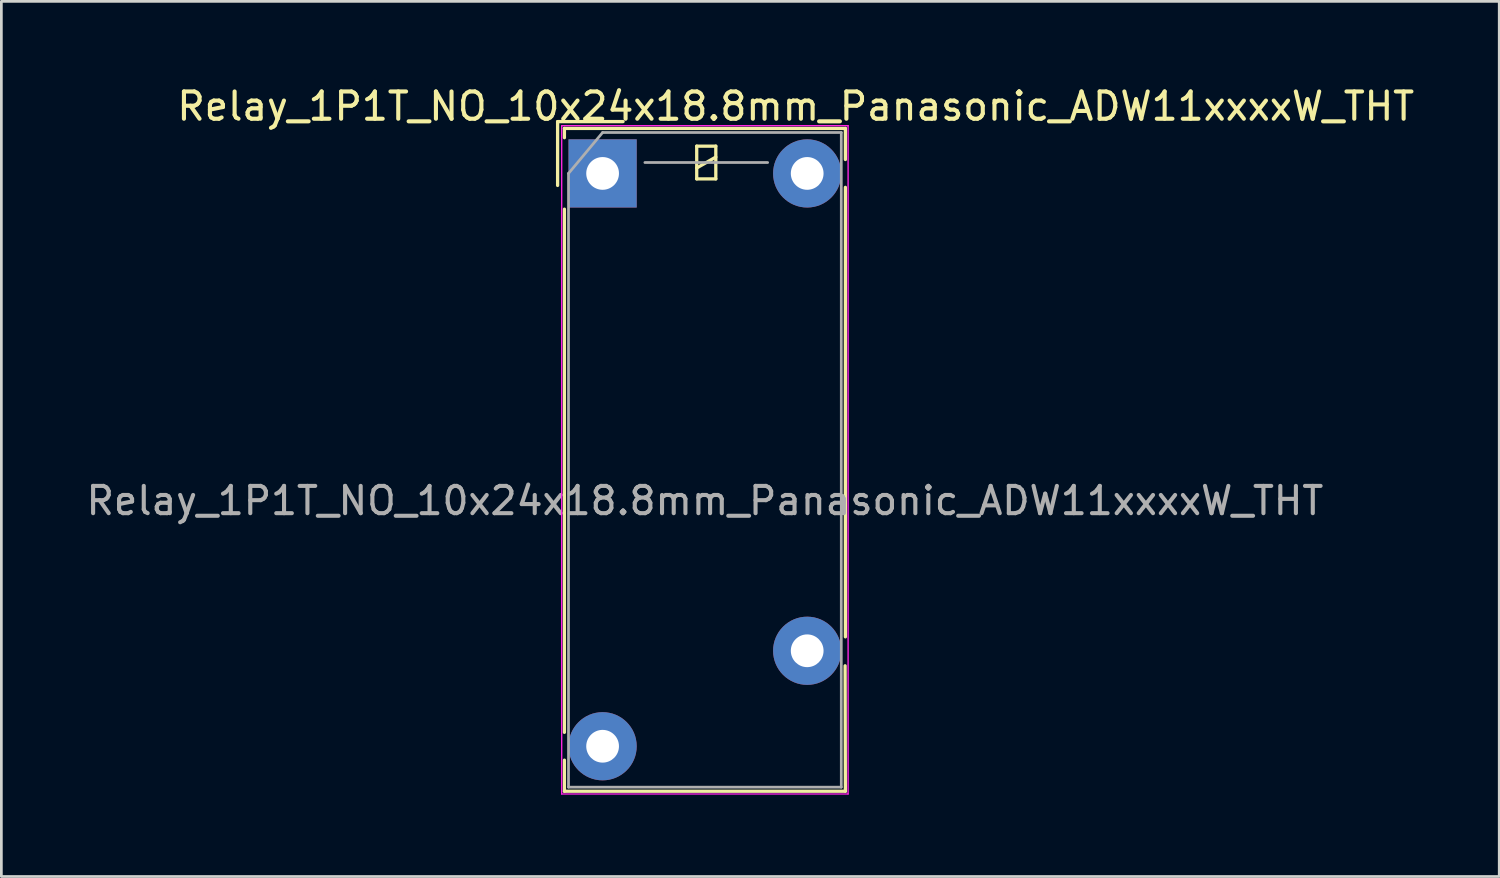
<source format=kicad_pcb>
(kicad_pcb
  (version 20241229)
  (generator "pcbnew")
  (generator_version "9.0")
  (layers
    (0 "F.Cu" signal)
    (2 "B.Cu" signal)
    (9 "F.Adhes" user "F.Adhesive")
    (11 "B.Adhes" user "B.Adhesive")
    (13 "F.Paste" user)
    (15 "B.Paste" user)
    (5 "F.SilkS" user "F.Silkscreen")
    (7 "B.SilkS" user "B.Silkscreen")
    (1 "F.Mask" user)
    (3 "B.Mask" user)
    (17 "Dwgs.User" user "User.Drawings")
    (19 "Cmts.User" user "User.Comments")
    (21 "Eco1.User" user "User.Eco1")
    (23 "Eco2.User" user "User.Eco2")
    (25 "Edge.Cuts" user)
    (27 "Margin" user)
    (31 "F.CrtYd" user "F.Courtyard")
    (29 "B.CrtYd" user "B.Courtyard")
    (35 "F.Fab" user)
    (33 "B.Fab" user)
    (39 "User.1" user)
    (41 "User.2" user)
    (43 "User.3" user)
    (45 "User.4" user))
  (footprint "Relay_1P1T_NO_10x24x18.8mm_Panasonic_ADW11xxxxW_THT"
    (layer "F.Cu")
    (at 19.042 3.308)
    (property "Reference" "Relay_1P1T_NO_10x24x18.8mm_Panasonic_ADW11xxxxW_THT" (at 7.08 -2.46 180) (layer "F.SilkS") (effects (font (size 1 1) (thickness 0.15))))
    (attr through_hole)
    (fp_line (start -1.65 -1.9) (end 0.75 -1.9) (stroke (width 0.12) (type solid)) (layer "F.SilkS"))
    (fp_line (start -1.65 0.44) (end -1.65 -1.9) (stroke (width 0.12) (type solid)) (layer "F.SilkS"))
    (fp_line (start -1.4 -1.65) (end -1.4 -1.31) (stroke (width 0.12) (type solid)) (layer "F.SilkS"))
    (fp_line (start -1.4 1.31) (end -1.4 20.49) (stroke (width 0.12) (type solid)) (layer "F.SilkS"))
    (fp_line (start -1.4 22.65) (end -1.4 21.51) (stroke (width 0.12) (type solid)) (layer "F.SilkS"))
    (fp_line (start 3.45 -1) (end 3.45 0.2) (stroke (width 0.12) (type solid)) (layer "F.SilkS"))
    (fp_line (start 3.45 -0.2) (end 4.15 -0.6) (stroke (width 0.12) (type solid)) (layer "F.SilkS"))
    (fp_line (start 3.45 0.2) (end 4.15 0.2) (stroke (width 0.12) (type solid)) (layer "F.SilkS"))
    (fp_line (start 4.15 -1) (end 3.45 -1) (stroke (width 0.12) (type solid)) (layer "F.SilkS"))
    (fp_line (start 4.15 0.2) (end 4.15 -1) (stroke (width 0.12) (type solid)) (layer "F.SilkS"))
    (fp_line (start 8.89 18.05) (end 8.9 22.65) (stroke (width 0.12) (type solid)) (layer "F.SilkS"))
    (fp_line (start 8.9 -1.65) (end -1.4 -1.65) (stroke (width 0.12) (type solid)) (layer "F.SilkS"))
    (fp_line (start 8.9 -1.65) (end 8.9 -0.51) (stroke (width 0.12) (type solid)) (layer "F.SilkS"))
    (fp_line (start 8.9 0.51) (end 8.9 16.99) (stroke (width 0.12) (type solid)) (layer "F.SilkS"))
    (fp_line (start 8.9 22.65) (end -1.4 22.65) (stroke (width 0.12) (type solid)) (layer "F.SilkS"))
    (fp_line (start -1.5 -1.75) (end -1.5 22.75) (stroke (width 0.05) (type solid)) (layer "F.CrtYd"))
    (fp_line (start 9 -1.75) (end -1.5 -1.75) (stroke (width 0.05) (type solid)) (layer "F.CrtYd"))
    (fp_line (start 9 22.75) (end -1.5 22.75) (stroke (width 0.05) (type solid)) (layer "F.CrtYd"))
    (fp_line (start 9 22.75) (end 9 -1.75) (stroke (width 0.05) (type solid)) (layer "F.CrtYd"))
    (fp_line (start -1.25 0) (end -1.25 22.5) (stroke (width 0.1) (type solid)) (layer "F.Fab"))
    (fp_line (start -1.25 0) (end 0 -1.5) (stroke (width 0.1) (type solid)) (layer "F.Fab"))
    (fp_line (start 1.55 -0.4) (end 6.05 -0.4) (stroke (width 0.1) (type solid)) (layer "F.Fab"))
    (fp_line (start 8.75 -1.5) (end 0 -1.5) (stroke (width 0.1) (type solid)) (layer "F.Fab"))
    (fp_line (start 8.75 22.5) (end -1.25 22.5) (stroke (width 0.1) (type solid)) (layer "F.Fab"))
    (fp_line (start 8.75 22.5) (end 8.75 -1.5) (stroke (width 0.1) (type solid)) (layer "F.Fab"))
    (fp_text user "${REFERENCE}" (at 3.75 12 180) (layer "F.Fab") (effects (font (size 1 1) (thickness 0.15))))
    (pad "1" thru_hole rect (at 0 0) (size 2.5 2.5) (drill 1.2) (layers "*.Cu" "*.Mask"))
    (pad "3" thru_hole oval (at 0 21) (size 2.5 2.5) (drill 1.2) (layers "*.Cu" "*.Mask"))
    (pad "5" thru_hole oval (at 7.5 17.5) (size 2.5 2.5) (drill 1.2) (layers "*.Cu" "*.Mask"))
    (pad "6" thru_hole oval (at 7.5 0) (size 2.5 2.5) (drill 1.2) (layers "*.Cu" "*.Mask")))
  (gr_rect
    (start -3 -3)
    (end 51.913 29.083)
    (stroke (width 0.1) (type default))
    (fill no)
    (layer "Edge.Cuts")))
</source>
